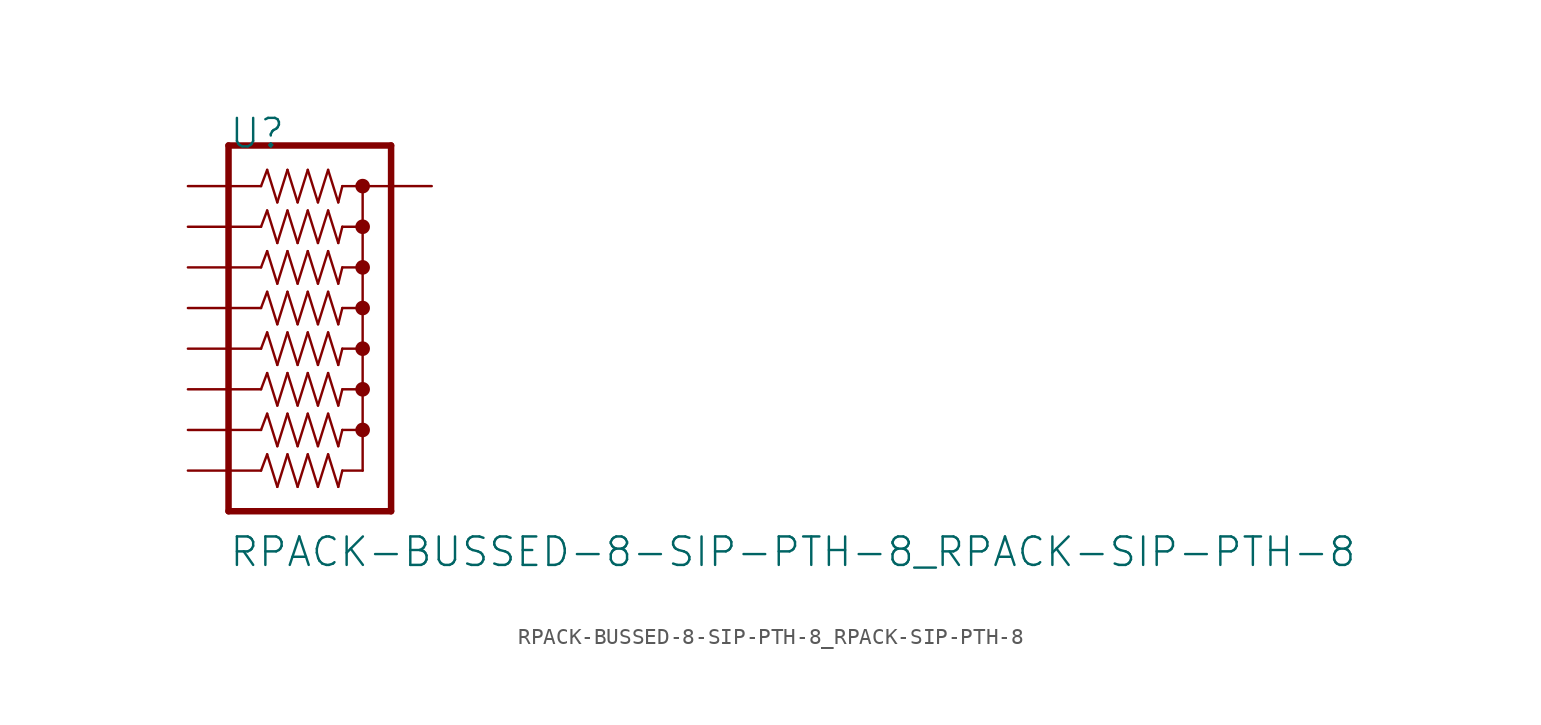
<source format=kicad_sym>
(kicad_symbol_lib
  (version 20211014)
  (generator kicad_symbol_editor)
  (symbol "RPACK-BUSSED-8-SIP-PTH-8_RPACK-SIP-PTH-8"
    (pin_names
      (offset 2.54))
    (property "Reference" "U"
      (at 2.54 3.302 0)
      (effects (font (size 1.778 1.778)) (justify left)))
    (property "Value" "RPACK-BUSSED-8-SIP-PTH-8_RPACK-SIP-PTH-8"
      (at 2.54 -22.86 0)
      (effects (font (size 1.778 1.778)) (justify left)))
    (property "Footprint" ""
      (at 0 0 0)
      (effects (font (size 1.524 1.524))))
    (property "Datasheet" ""
      (at 0 0 0)
      (effects (font (size 1.524 1.524))))
    (symbol "RPACK-BUSSED-8-SIP-PTH-8_RPACK-SIP-PTH-8_0_0"
      (polyline (pts (xy 2.54 -20.32) (xy 2.54 2.54)) (stroke (width 0.406) (type default) (color 0 0 0 0)) (fill (type none)))
      (polyline (pts (xy 2.54 -17.78) (xy 4.572 -17.78)) (stroke (width 0.152) (type default) (color 0 0 0 0)) (fill (type none)))
      (polyline (pts (xy 2.54 -5.08) (xy 4.572 -5.08)) (stroke (width 0.152) (type default) (color 0 0 0 0)) (fill (type none)))
      (polyline (pts (xy 2.54 -2.54) (xy 4.572 -2.54)) (stroke (width 0.152) (type default) (color 0 0 0 0)) (fill (type none)))
      (polyline (pts (xy 2.54 0) (xy 4.572 0)) (stroke (width 0.152) (type default) (color 0 0 0 0)) (fill (type none)))
      (polyline (pts (xy 2.54 2.54) (xy 12.7 2.54)) (stroke (width 0.406) (type default) (color 0 0 0 0)) (fill (type none)))
      (polyline (pts (xy 4.572 -17.78) (xy 4.953 -16.764)) (stroke (width 0.152) (type default) (color 0 0 0 0)) (fill (type none)))
      (polyline (pts (xy 4.572 -15.24) (xy 2.54 -15.24)) (stroke (width 0.152) (type default) (color 0 0 0 0)) (fill (type none)))
      (polyline (pts (xy 4.572 -15.24) (xy 4.953 -14.224)) (stroke (width 0.152) (type default) (color 0 0 0 0)) (fill (type none)))
      (polyline (pts (xy 4.572 -12.7) (xy 2.54 -12.7)) (stroke (width 0.152) (type default) (color 0 0 0 0)) (fill (type none)))
      (polyline (pts (xy 4.572 -12.7) (xy 4.953 -11.684)) (stroke (width 0.152) (type default) (color 0 0 0 0)) (fill (type none)))
      (polyline (pts (xy 4.572 -10.16) (xy 2.54 -10.16)) (stroke (width 0.152) (type default) (color 0 0 0 0)) (fill (type none)))
      (polyline (pts (xy 4.572 -10.16) (xy 4.953 -9.144)) (stroke (width 0.152) (type default) (color 0 0 0 0)) (fill (type none)))
      (polyline (pts (xy 4.572 -7.62) (xy 2.54 -7.62)) (stroke (width 0.152) (type default) (color 0 0 0 0)) (fill (type none)))
      (polyline (pts (xy 4.572 -7.62) (xy 4.953 -6.604)) (stroke (width 0.152) (type default) (color 0 0 0 0)) (fill (type none)))
      (polyline (pts (xy 4.572 -5.08) (xy 4.953 -4.064)) (stroke (width 0.152) (type default) (color 0 0 0 0)) (fill (type none)))
      (polyline (pts (xy 4.572 -2.54) (xy 4.953 -1.524)) (stroke (width 0.152) (type default) (color 0 0 0 0)) (fill (type none)))
      (polyline (pts (xy 4.572 0) (xy 4.953 1.016)) (stroke (width 0.152) (type default) (color 0 0 0 0)) (fill (type none)))
      (polyline (pts (xy 4.953 -16.764) (xy 5.588 -18.796)) (stroke (width 0.152) (type default) (color 0 0 0 0)) (fill (type none)))
      (polyline (pts (xy 4.953 -14.224) (xy 5.588 -16.256)) (stroke (width 0.152) (type default) (color 0 0 0 0)) (fill (type none)))
      (polyline (pts (xy 4.953 -11.684) (xy 5.588 -13.716)) (stroke (width 0.152) (type default) (color 0 0 0 0)) (fill (type none)))
      (polyline (pts (xy 4.953 -9.144) (xy 5.588 -11.176)) (stroke (width 0.152) (type default) (color 0 0 0 0)) (fill (type none)))
      (polyline (pts (xy 4.953 -6.604) (xy 5.588 -8.636)) (stroke (width 0.152) (type default) (color 0 0 0 0)) (fill (type none)))
      (polyline (pts (xy 4.953 -4.064) (xy 5.588 -6.096)) (stroke (width 0.152) (type default) (color 0 0 0 0)) (fill (type none)))
      (polyline (pts (xy 4.953 -1.524) (xy 5.588 -3.556)) (stroke (width 0.152) (type default) (color 0 0 0 0)) (fill (type none)))
      (polyline (pts (xy 4.953 1.016) (xy 5.588 -1.016)) (stroke (width 0.152) (type default) (color 0 0 0 0)) (fill (type none)))
      (polyline (pts (xy 5.588 -18.796) (xy 6.223 -16.764)) (stroke (width 0.152) (type default) (color 0 0 0 0)) (fill (type none)))
      (polyline (pts (xy 5.588 -16.256) (xy 6.223 -14.224)) (stroke (width 0.152) (type default) (color 0 0 0 0)) (fill (type none)))
      (polyline (pts (xy 5.588 -13.716) (xy 6.223 -11.684)) (stroke (width 0.152) (type default) (color 0 0 0 0)) (fill (type none)))
      (polyline (pts (xy 5.588 -11.176) (xy 6.223 -9.144)) (stroke (width 0.152) (type default) (color 0 0 0 0)) (fill (type none)))
      (polyline (pts (xy 5.588 -8.636) (xy 6.223 -6.604)) (stroke (width 0.152) (type default) (color 0 0 0 0)) (fill (type none)))
      (polyline (pts (xy 5.588 -6.096) (xy 6.223 -4.064)) (stroke (width 0.152) (type default) (color 0 0 0 0)) (fill (type none)))
      (polyline (pts (xy 5.588 -3.556) (xy 6.223 -1.524)) (stroke (width 0.152) (type default) (color 0 0 0 0)) (fill (type none)))
      (polyline (pts (xy 5.588 -1.016) (xy 6.223 1.016)) (stroke (width 0.152) (type default) (color 0 0 0 0)) (fill (type none)))
      (polyline (pts (xy 6.223 -16.764) (xy 6.858 -18.796)) (stroke (width 0.152) (type default) (color 0 0 0 0)) (fill (type none)))
      (polyline (pts (xy 6.223 -14.224) (xy 6.858 -16.256)) (stroke (width 0.152) (type default) (color 0 0 0 0)) (fill (type none)))
      (polyline (pts (xy 6.223 -11.684) (xy 6.858 -13.716)) (stroke (width 0.152) (type default) (color 0 0 0 0)) (fill (type none)))
      (polyline (pts (xy 6.223 -9.144) (xy 6.858 -11.176)) (stroke (width 0.152) (type default) (color 0 0 0 0)) (fill (type none)))
      (polyline (pts (xy 6.223 -6.604) (xy 6.858 -8.636)) (stroke (width 0.152) (type default) (color 0 0 0 0)) (fill (type none)))
      (polyline (pts (xy 6.223 -4.064) (xy 6.858 -6.096)) (stroke (width 0.152) (type default) (color 0 0 0 0)) (fill (type none)))
      (polyline (pts (xy 6.223 -1.524) (xy 6.858 -3.556)) (stroke (width 0.152) (type default) (color 0 0 0 0)) (fill (type none)))
      (polyline (pts (xy 6.223 1.016) (xy 6.858 -1.016)) (stroke (width 0.152) (type default) (color 0 0 0 0)) (fill (type none)))
      (polyline (pts (xy 6.858 -18.796) (xy 7.493 -16.764)) (stroke (width 0.152) (type default) (color 0 0 0 0)) (fill (type none)))
      (polyline (pts (xy 6.858 -16.256) (xy 7.493 -14.224)) (stroke (width 0.152) (type default) (color 0 0 0 0)) (fill (type none)))
      (polyline (pts (xy 6.858 -13.716) (xy 7.493 -11.684)) (stroke (width 0.152) (type default) (color 0 0 0 0)) (fill (type none)))
      (polyline (pts (xy 6.858 -11.176) (xy 7.493 -9.144)) (stroke (width 0.152) (type default) (color 0 0 0 0)) (fill (type none)))
      (polyline (pts (xy 6.858 -8.636) (xy 7.493 -6.604)) (stroke (width 0.152) (type default) (color 0 0 0 0)) (fill (type none)))
      (polyline (pts (xy 6.858 -6.096) (xy 7.493 -4.064)) (stroke (width 0.152) (type default) (color 0 0 0 0)) (fill (type none)))
      (polyline (pts (xy 6.858 -3.556) (xy 7.493 -1.524)) (stroke (width 0.152) (type default) (color 0 0 0 0)) (fill (type none)))
      (polyline (pts (xy 6.858 -1.016) (xy 7.493 1.016)) (stroke (width 0.152) (type default) (color 0 0 0 0)) (fill (type none)))
      (polyline (pts (xy 7.493 -16.764) (xy 8.128 -18.796)) (stroke (width 0.152) (type default) (color 0 0 0 0)) (fill (type none)))
      (polyline (pts (xy 7.493 -14.224) (xy 8.128 -16.256)) (stroke (width 0.152) (type default) (color 0 0 0 0)) (fill (type none)))
      (polyline (pts (xy 7.493 -11.684) (xy 8.128 -13.716)) (stroke (width 0.152) (type default) (color 0 0 0 0)) (fill (type none)))
      (polyline (pts (xy 7.493 -9.144) (xy 8.128 -11.176)) (stroke (width 0.152) (type default) (color 0 0 0 0)) (fill (type none)))
      (polyline (pts (xy 7.493 -6.604) (xy 8.128 -8.636)) (stroke (width 0.152) (type default) (color 0 0 0 0)) (fill (type none)))
      (polyline (pts (xy 7.493 -4.064) (xy 8.128 -6.096)) (stroke (width 0.152) (type default) (color 0 0 0 0)) (fill (type none)))
      (polyline (pts (xy 7.493 -1.524) (xy 8.128 -3.556)) (stroke (width 0.152) (type default) (color 0 0 0 0)) (fill (type none)))
      (polyline (pts (xy 7.493 1.016) (xy 8.128 -1.016)) (stroke (width 0.152) (type default) (color 0 0 0 0)) (fill (type none)))
      (polyline (pts (xy 8.128 -18.796) (xy 8.763 -16.764)) (stroke (width 0.152) (type default) (color 0 0 0 0)) (fill (type none)))
      (polyline (pts (xy 8.128 -16.256) (xy 8.763 -14.224)) (stroke (width 0.152) (type default) (color 0 0 0 0)) (fill (type none)))
      (polyline (pts (xy 8.128 -13.716) (xy 8.763 -11.684)) (stroke (width 0.152) (type default) (color 0 0 0 0)) (fill (type none)))
      (polyline (pts (xy 8.128 -11.176) (xy 8.763 -9.144)) (stroke (width 0.152) (type default) (color 0 0 0 0)) (fill (type none)))
      (polyline (pts (xy 8.128 -8.636) (xy 8.763 -6.604)) (stroke (width 0.152) (type default) (color 0 0 0 0)) (fill (type none)))
      (polyline (pts (xy 8.128 -6.096) (xy 8.763 -4.064)) (stroke (width 0.152) (type default) (color 0 0 0 0)) (fill (type none)))
      (polyline (pts (xy 8.128 -3.556) (xy 8.763 -1.524)) (stroke (width 0.152) (type default) (color 0 0 0 0)) (fill (type none)))
      (polyline (pts (xy 8.128 -1.016) (xy 8.763 1.016)) (stroke (width 0.152) (type default) (color 0 0 0 0)) (fill (type none)))
      (polyline (pts (xy 8.763 -16.764) (xy 9.398 -18.796)) (stroke (width 0.152) (type default) (color 0 0 0 0)) (fill (type none)))
      (polyline (pts (xy 8.763 -14.224) (xy 9.398 -16.256)) (stroke (width 0.152) (type default) (color 0 0 0 0)) (fill (type none)))
      (polyline (pts (xy 8.763 -11.684) (xy 9.398 -13.716)) (stroke (width 0.152) (type default) (color 0 0 0 0)) (fill (type none)))
      (polyline (pts (xy 8.763 -9.144) (xy 9.398 -11.176)) (stroke (width 0.152) (type default) (color 0 0 0 0)) (fill (type none)))
      (polyline (pts (xy 8.763 -6.604) (xy 9.398 -8.636)) (stroke (width 0.152) (type default) (color 0 0 0 0)) (fill (type none)))
      (polyline (pts (xy 8.763 -4.064) (xy 9.398 -6.096)) (stroke (width 0.152) (type default) (color 0 0 0 0)) (fill (type none)))
      (polyline (pts (xy 8.763 -1.524) (xy 9.398 -3.556)) (stroke (width 0.152) (type default) (color 0 0 0 0)) (fill (type none)))
      (polyline (pts (xy 8.763 1.016) (xy 9.398 -1.016)) (stroke (width 0.152) (type default) (color 0 0 0 0)) (fill (type none)))
      (polyline (pts (xy 9.398 -18.796) (xy 9.652 -17.78)) (stroke (width 0.152) (type default) (color 0 0 0 0)) (fill (type none)))
      (polyline (pts (xy 9.398 -16.256) (xy 9.652 -15.24)) (stroke (width 0.152) (type default) (color 0 0 0 0)) (fill (type none)))
      (polyline (pts (xy 9.398 -13.716) (xy 9.652 -12.7)) (stroke (width 0.152) (type default) (color 0 0 0 0)) (fill (type none)))
      (polyline (pts (xy 9.398 -11.176) (xy 9.652 -10.16)) (stroke (width 0.152) (type default) (color 0 0 0 0)) (fill (type none)))
      (polyline (pts (xy 9.398 -8.636) (xy 9.652 -7.62)) (stroke (width 0.152) (type default) (color 0 0 0 0)) (fill (type none)))
      (polyline (pts (xy 9.398 -6.096) (xy 9.652 -5.08)) (stroke (width 0.152) (type default) (color 0 0 0 0)) (fill (type none)))
      (polyline (pts (xy 9.398 -3.556) (xy 9.652 -2.54)) (stroke (width 0.152) (type default) (color 0 0 0 0)) (fill (type none)))
      (polyline (pts (xy 9.398 -1.016) (xy 9.652 0)) (stroke (width 0.152) (type default) (color 0 0 0 0)) (fill (type none)))
      (polyline (pts (xy 9.652 -17.78) (xy 10.922 -17.78)) (stroke (width 0.152) (type default) (color 0 0 0 0)) (fill (type none)))
      (polyline (pts (xy 9.652 0) (xy 10.922 0)) (stroke (width 0.152) (type default) (color 0 0 0 0)) (fill (type none)))
      (polyline (pts (xy 10.922 -17.78) (xy 10.922 -15.24)) (stroke (width 0.152) (type default) (color 0 0 0 0)) (fill (type none)))
      (polyline (pts (xy 10.922 -15.24) (xy 9.652 -15.24)) (stroke (width 0.152) (type default) (color 0 0 0 0)) (fill (type none)))
      (polyline (pts (xy 10.922 -15.24) (xy 10.922 -12.7)) (stroke (width 0.152) (type default) (color 0 0 0 0)) (fill (type none)))
      (polyline (pts (xy 10.922 -12.7) (xy 9.652 -12.7)) (stroke (width 0.152) (type default) (color 0 0 0 0)) (fill (type none)))
      (polyline (pts (xy 10.922 -12.7) (xy 10.922 -10.16)) (stroke (width 0.152) (type default) (color 0 0 0 0)) (fill (type none)))
      (polyline (pts (xy 10.922 -10.16) (xy 9.652 -10.16)) (stroke (width 0.152) (type default) (color 0 0 0 0)) (fill (type none)))
      (polyline (pts (xy 10.922 -10.16) (xy 10.922 -7.62)) (stroke (width 0.152) (type default) (color 0 0 0 0)) (fill (type none)))
      (polyline (pts (xy 10.922 -7.62) (xy 9.652 -7.62)) (stroke (width 0.152) (type default) (color 0 0 0 0)) (fill (type none)))
      (polyline (pts (xy 10.922 -7.62) (xy 10.922 -5.08)) (stroke (width 0.152) (type default) (color 0 0 0 0)) (fill (type none)))
      (polyline (pts (xy 10.922 -5.08) (xy 9.652 -5.08)) (stroke (width 0.152) (type default) (color 0 0 0 0)) (fill (type none)))
      (polyline (pts (xy 10.922 -5.08) (xy 10.922 -2.54)) (stroke (width 0.152) (type default) (color 0 0 0 0)) (fill (type none)))
      (polyline (pts (xy 10.922 -2.54) (xy 9.652 -2.54)) (stroke (width 0.152) (type default) (color 0 0 0 0)) (fill (type none)))
      (polyline (pts (xy 10.922 0) (xy 10.922 -2.54)) (stroke (width 0.152) (type default) (color 0 0 0 0)) (fill (type none)))
      (polyline (pts (xy 10.922 0) (xy 12.7 0)) (stroke (width 0.152) (type default) (color 0 0 0 0)) (fill (type none)))
      (polyline (pts (xy 12.7 -20.32) (xy 2.54 -20.32)) (stroke (width 0.406) (type default) (color 0 0 0 0)) (fill (type none)))
      (polyline (pts (xy 12.7 0) (xy 12.7 -20.32)) (stroke (width 0.406) (type default) (color 0 0 0 0)) (fill (type none)))
      (polyline (pts (xy 12.7 2.54) (xy 12.7 0)) (stroke (width 0.406) (type default) (color 0 0 0 0)) (fill (type none)))
      (circle (center 10.922 -15.24) (radius 0.254) (stroke (width 0.406) (type default) (color 0 0 0 0)) (fill (type none)))
      (circle (center 10.922 -12.7) (radius 0.254) (stroke (width 0.406) (type default) (color 0 0 0 0)) (fill (type none)))
      (circle (center 10.922 -10.16) (radius 0.254) (stroke (width 0.406) (type default) (color 0 0 0 0)) (fill (type none)))
      (circle (center 10.922 -7.62) (radius 0.254) (stroke (width 0.406) (type default) (color 0 0 0 0)) (fill (type none)))
      (circle (center 10.922 -5.08) (radius 0.254) (stroke (width 0.406) (type default) (color 0 0 0 0)) (fill (type none)))
      (circle (center 10.922 -2.54) (radius 0.254) (stroke (width 0.406) (type default) (color 0 0 0 0)) (fill (type none)))
      (circle (center 10.922 0) (radius 0.254) (stroke (width 0.406) (type default) (color 0 0 0 0)) (fill (type none)))
      (pin passive line (at 15.24 0 180) (length 2.54) (name "1" (effects (font (size 0 0)))) (number "P$1" (effects (font (size 0 0)))))
      (pin passive line (at 0 0 0) (length 2.54) (name "2" (effects (font (size 0 0)))) (number "P$2" (effects (font (size 0 0)))))
      (pin passive line (at 0 -2.54 0) (length 2.54) (name "3" (effects (font (size 0 0)))) (number "P$3" (effects (font (size 0 0)))))
      (pin passive line (at 0 -5.08 0) (length 2.54) (name "4" (effects (font (size 0 0)))) (number "P$4" (effects (font (size 0 0)))))
      (pin passive line (at 0 -7.62 0) (length 2.54) (name "5" (effects (font (size 0 0)))) (number "P$5" (effects (font (size 0 0)))))
      (pin passive line (at 0 -10.16 0) (length 2.54) (name "6" (effects (font (size 0 0)))) (number "P$6" (effects (font (size 0 0)))))
      (pin passive line (at 0 -12.7 0) (length 2.54) (name "7" (effects (font (size 0 0)))) (number "P$7" (effects (font (size 0 0)))))
      (pin passive line (at 0 -15.24 0) (length 2.54) (name "8" (effects (font (size 0 0)))) (number "P$8" (effects (font (size 0 0)))))
      (pin passive line (at 0 -17.78 0) (length 2.54) (name "9" (effects (font (size 0 0)))) (number "P$9" (effects (font (size 0 0))))))))
</source>
